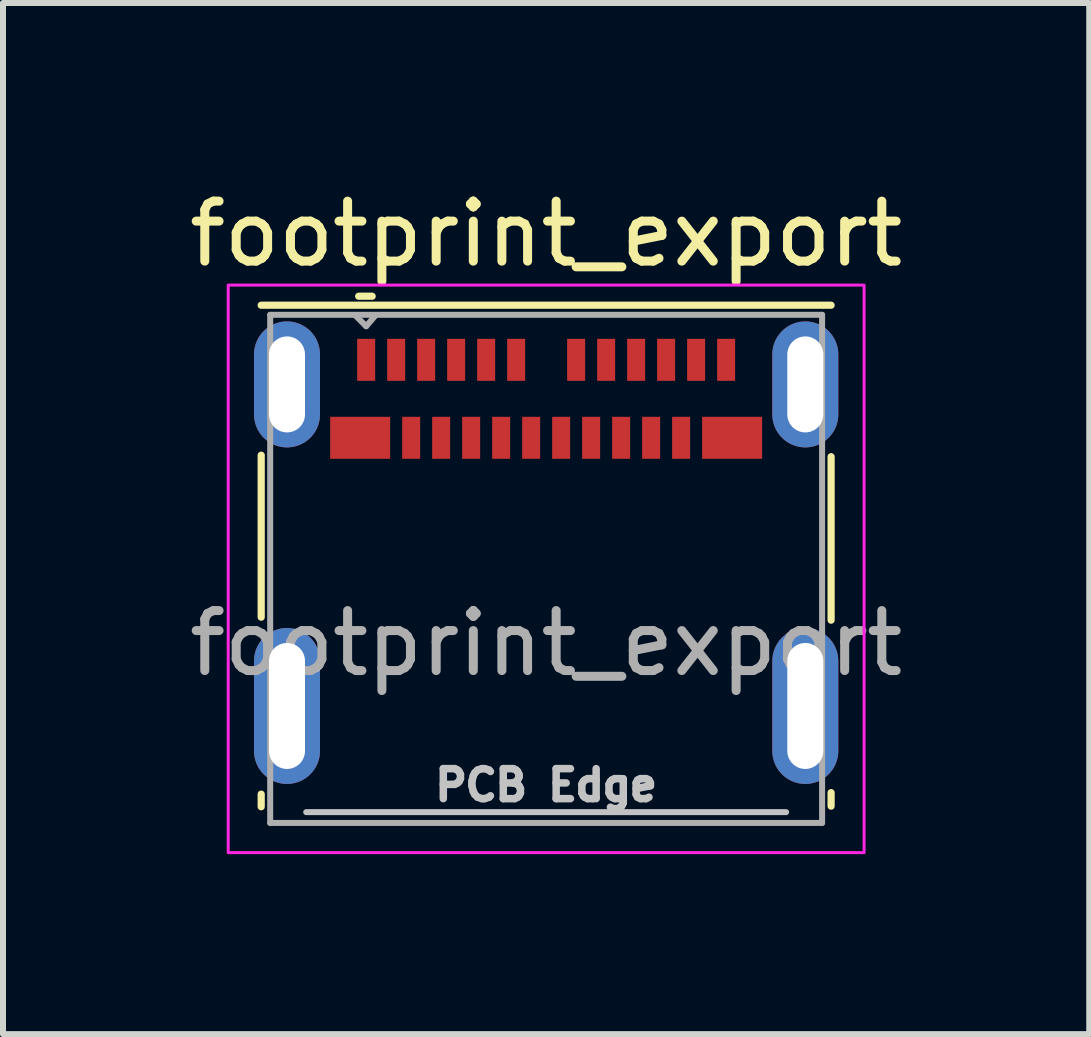
<source format=kicad_pcb>
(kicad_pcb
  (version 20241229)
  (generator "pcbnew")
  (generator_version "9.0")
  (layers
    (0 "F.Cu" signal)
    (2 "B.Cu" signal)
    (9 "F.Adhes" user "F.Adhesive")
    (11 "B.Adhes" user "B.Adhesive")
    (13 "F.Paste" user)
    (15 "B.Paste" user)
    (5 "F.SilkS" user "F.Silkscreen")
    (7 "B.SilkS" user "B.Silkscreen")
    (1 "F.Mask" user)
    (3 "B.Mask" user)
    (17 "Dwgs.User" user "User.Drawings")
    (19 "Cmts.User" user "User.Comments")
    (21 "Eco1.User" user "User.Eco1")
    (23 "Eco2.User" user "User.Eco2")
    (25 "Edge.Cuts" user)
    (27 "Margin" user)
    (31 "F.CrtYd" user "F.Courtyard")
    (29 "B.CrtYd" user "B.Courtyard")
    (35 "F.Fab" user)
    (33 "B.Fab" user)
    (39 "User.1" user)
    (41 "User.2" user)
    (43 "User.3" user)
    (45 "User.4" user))
  (footprint "footprint_export"
    (layer "F.Cu")
    (at 6.054 6.163)
    (property "Reference" "footprint_export" (at 0 -5.315 0) (unlocked yes) (layer "F.SilkS") (effects (font (size 1 1) (thickness 0.15))))
    (attr smd)
    (fp_line (start -4.75 -4.125) (end 4.75 -4.125) (stroke (width 0.12) (type solid)) (layer "F.SilkS"))
    (fp_line (start -4.75 -1.625) (end -4.75 1.075) (stroke (width 0.12) (type solid)) (layer "F.SilkS"))
    (fp_line (start -4.75 4.235) (end -4.75 4.025) (stroke (width 0.12) (type solid)) (layer "F.SilkS"))
    (fp_line (start -3.125 -4.275) (end -2.9 -4.275) (stroke (width 0.12) (type solid)) (layer "F.SilkS"))
    (fp_line (start 4.75 1.125) (end 4.75 -1.6) (stroke (width 0.12) (type solid)) (layer "F.SilkS"))
    (fp_line (start 4.75 4.225) (end 4.75 4) (stroke (width 0.12) (type solid)) (layer "F.SilkS"))
    (fp_line (start -4 4.325) (end 4 4.325) (stroke (width 0.1) (type solid)) (layer "Dwgs.User"))
    (fp_rect (start -5.3 -4.46) (end 5.3 5) (stroke (width 0.05) (type solid)) (fill no) (layer "F.CrtYd"))
    (fp_line (start -4.6 -3.965) (end -4.6 4.505) (stroke (width 0.1) (type solid)) (layer "F.Fab"))
    (fp_line (start -4.6 -3.965) (end 4.6 -3.965) (stroke (width 0.1) (type solid)) (layer "F.Fab"))
    (fp_line (start -4.6 4.505) (end 4.6 4.505) (stroke (width 0.1) (type solid)) (layer "F.Fab"))
    (fp_line (start -3.175 -3.95) (end -3 -3.775) (stroke (width 0.1) (type solid)) (layer "F.Fab"))
    (fp_line (start -3 -3.775) (end -2.85 -3.95) (stroke (width 0.1) (type solid)) (layer "F.Fab"))
    (fp_line (start 4.6 4.505) (end 4.6 -3.965) (stroke (width 0.1) (type solid)) (layer "F.Fab"))
    (fp_text user "PCB Edge" (at 0 3.875 0) (unlocked yes) (layer "Dwgs.User") (effects (font (size 0.5 0.5) (thickness 0.125))))
    (fp_text user "${REFERENCE}" (at 0 1.51 0) (unlocked yes) (layer "F.Fab") (effects (font (size 1 1) (thickness 0.15))))
    (pad "A1" smd rect (at -3 -3.215) (size 0.3 0.7) (layers "F.Cu" "F.Mask" "F.Paste"))
    (pad "A2" smd rect (at -2.5 -3.215) (size 0.3 0.7) (layers "F.Cu" "F.Mask" "F.Paste"))
    (pad "A3" smd rect (at -2 -3.215) (size 0.3 0.7) (layers "F.Cu" "F.Mask" "F.Paste"))
    (pad "A4" smd rect (at -1.5 -3.215) (size 0.3 0.7) (layers "F.Cu" "F.Mask" "F.Paste"))
    (pad "A5" smd rect (at -1 -3.215) (size 0.3 0.7) (layers "F.Cu" "F.Mask" "F.Paste"))
    (pad "A6" smd rect (at -0.5 -3.215) (size 0.3 0.7) (layers "F.Cu" "F.Mask" "F.Paste"))
    (pad "A7" smd rect (at 0.5 -3.215) (size 0.3 0.7) (layers "F.Cu" "F.Mask" "F.Paste"))
    (pad "A8" smd rect (at 1 -3.215) (size 0.3 0.7) (layers "F.Cu" "F.Mask" "F.Paste"))
    (pad "A9" smd rect (at 1.5 -3.215) (size 0.3 0.7) (layers "F.Cu" "F.Mask" "F.Paste"))
    (pad "A10" smd rect (at 2 -3.215) (size 0.3 0.7) (layers "F.Cu" "F.Mask" "F.Paste"))
    (pad "A11" smd rect (at 2.5 -3.215) (size 0.3 0.7) (layers "F.Cu" "F.Mask" "F.Paste"))
    (pad "A12" smd rect (at 3 -3.215) (size 0.3 0.7) (layers "F.Cu" "F.Mask" "F.Paste"))
    (pad "B1" smd rect (at 3.1 -1.915) (size 1 0.7) (layers "F.Cu" "F.Mask" "F.Paste"))
    (pad "B2" smd rect (at 2.25 -1.915) (size 0.3 0.7) (layers "F.Cu" "F.Mask" "F.Paste"))
    (pad "B3" smd rect (at 1.75 -1.915) (size 0.3 0.7) (layers "F.Cu" "F.Mask" "F.Paste"))
    (pad "B4" smd rect (at 1.25 -1.915) (size 0.3 0.7) (layers "F.Cu" "F.Mask" "F.Paste"))
    (pad "B5" smd rect (at 0.75 -1.915) (size 0.3 0.7) (layers "F.Cu" "F.Mask" "F.Paste"))
    (pad "B6" smd rect (at 0.25 -1.915) (size 0.3 0.7) (layers "F.Cu" "F.Mask" "F.Paste"))
    (pad "B7" smd rect (at -0.25 -1.915) (size 0.3 0.7) (layers "F.Cu" "F.Mask" "F.Paste"))
    (pad "B8" smd rect (at -0.75 -1.915) (size 0.3 0.7) (layers "F.Cu" "F.Mask" "F.Paste"))
    (pad "B9" smd rect (at -1.25 -1.915) (size 0.3 0.7) (layers "F.Cu" "F.Mask" "F.Paste"))
    (pad "B10" smd rect (at -1.75 -1.915) (size 0.3 0.7) (layers "F.Cu" "F.Mask" "F.Paste"))
    (pad "B11" smd rect (at -2.25 -1.915) (size 0.3 0.7) (layers "F.Cu" "F.Mask" "F.Paste"))
    (pad "B12" smd rect (at -3.1 -1.915) (size 1 0.7) (layers "F.Cu" "F.Mask" "F.Paste"))
    (pad "S1" thru_hole oval (at -4.32 -2.805) (size 1.1 2.1) (drill oval 0.6 1.6) (layers "*.Cu" "*.Mask"))
    (pad "S1" thru_hole oval (at -4.32 2.555) (size 1.1 2.6) (drill oval 0.6 2.1) (layers "*.Cu" "*.Mask"))
    (pad "S1" thru_hole oval (at 4.32 -2.805) (size 1.1 2.1) (drill oval 0.6 1.6) (layers "*.Cu" "*.Mask"))
    (pad "S1" thru_hole oval (at 4.32 2.555) (size 1.1 2.6) (drill oval 0.6 2.1) (layers "*.Cu" "*.Mask"))
    (zone (net_name "") (layers "F.Cu" "Dwgs.User") (hatch full 0.508) (connect_pads) (min_thickness 0.254) (filled_areas_thickness no) (keepout (tracks not_allowed) (vias not_allowed) (pads not_allowed) (copperpour not_allowed) (footprints not_allowed)) (placement (enabled no)) (fill) (polygon (pts (xy 9.554 10.488) (xy 2.554 10.488) (xy 2.554 4.858) (xy 9.554 4.858)))))
  (gr_rect
    (start -3 -3)
    (end 15.107 14.188)
    (stroke (width 0.1) (type default))
    (fill no)
    (layer "Edge.Cuts")))
</source>
